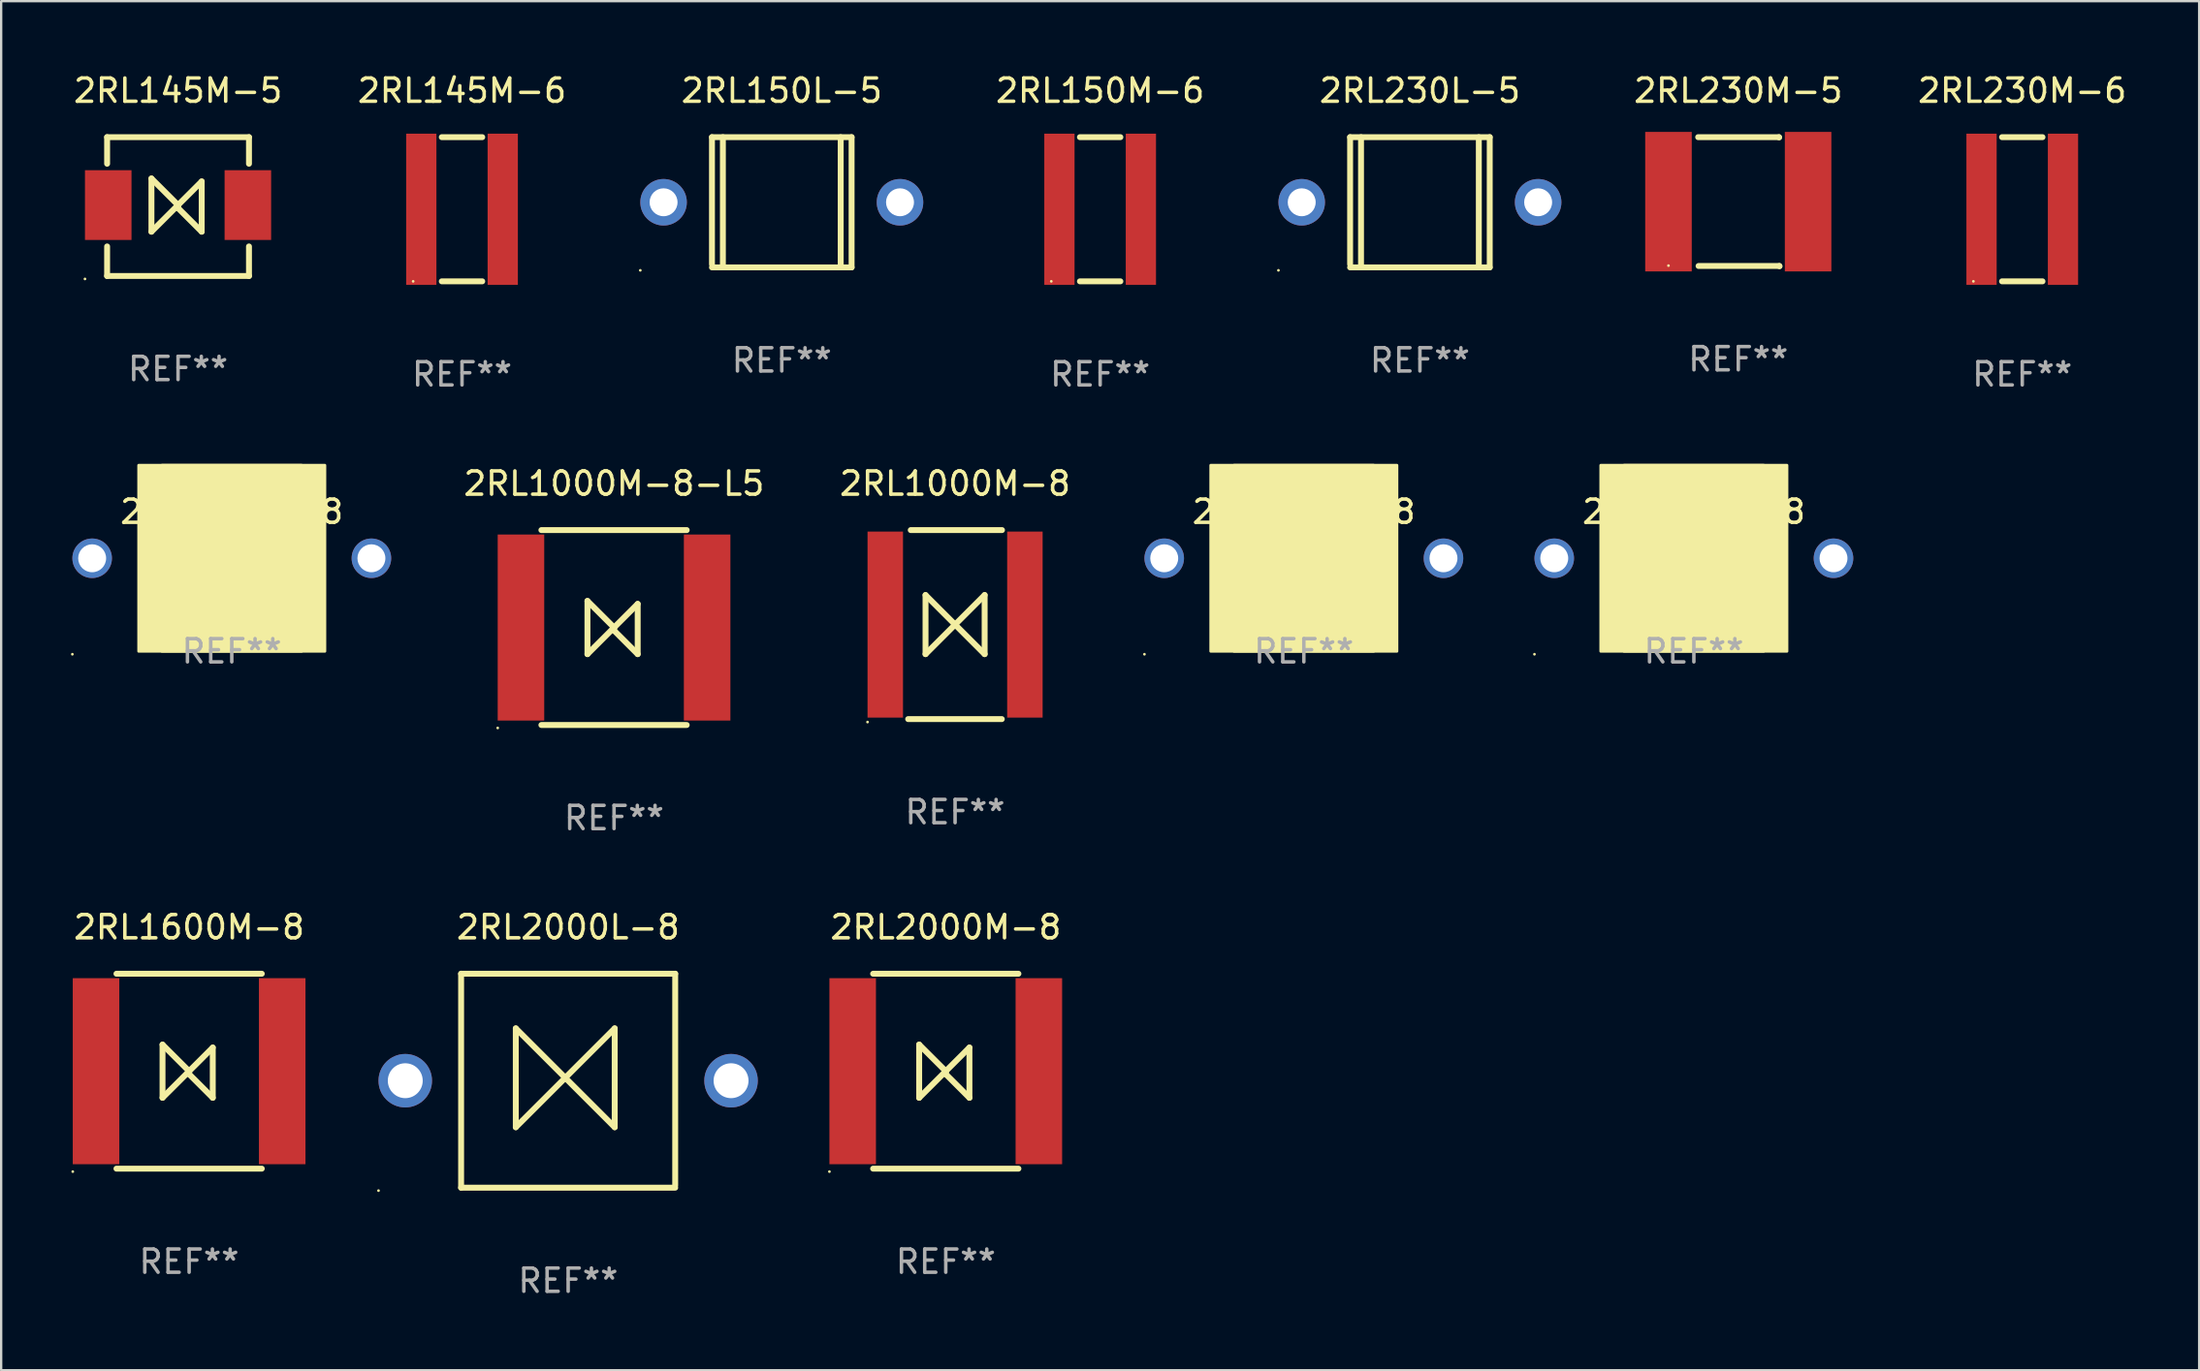
<source format=kicad_pcb>
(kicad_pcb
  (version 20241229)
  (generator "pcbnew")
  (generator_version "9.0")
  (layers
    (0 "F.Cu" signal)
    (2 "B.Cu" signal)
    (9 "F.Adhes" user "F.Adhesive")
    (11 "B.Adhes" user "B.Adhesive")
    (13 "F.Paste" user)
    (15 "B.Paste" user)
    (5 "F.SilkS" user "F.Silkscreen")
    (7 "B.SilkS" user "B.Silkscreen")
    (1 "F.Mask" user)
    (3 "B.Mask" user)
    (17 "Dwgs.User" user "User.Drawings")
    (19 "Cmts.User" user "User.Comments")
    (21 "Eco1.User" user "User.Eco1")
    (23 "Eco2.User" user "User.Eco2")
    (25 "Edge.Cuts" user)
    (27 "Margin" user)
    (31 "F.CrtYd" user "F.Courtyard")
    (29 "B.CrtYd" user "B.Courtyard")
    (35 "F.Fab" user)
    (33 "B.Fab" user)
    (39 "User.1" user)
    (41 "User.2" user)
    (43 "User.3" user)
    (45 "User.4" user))
  (footprint "2RL1600M-8"
    (layer "F.Cu")
    (at 5.077 43.014)
    (property "Reference" "2RL1600M-8" (at 0 -6.191 0) (layer "F.SilkS") (effects (font (size 1 1) (thickness 0.15))))
    (attr through_hole)
    (fp_line (start -3.122 -4.191) (end 3.122 -4.191) (stroke (width 0.254) (type solid)) (layer "F.SilkS"))
    (fp_line (start -3.122 4.191) (end 3.122 4.191) (stroke (width 0.254) (type solid)) (layer "F.SilkS"))
    (fp_line (start -1.143 1.143) (end -1.143 -1.143) (stroke (width 0.254) (type solid)) (layer "F.SilkS"))
    (fp_line (start 0 0) (end -1.143 -1.143) (stroke (width 0.254) (type solid)) (layer "F.SilkS"))
    (fp_line (start 0 0) (end -1.143 1.143) (stroke (width 0.254) (type solid)) (layer "F.SilkS"))
    (fp_line (start 0 0) (end 0 0.127) (stroke (width 0.254) (type solid)) (layer "F.SilkS"))
    (fp_line (start 0 0) (end 1.016 -1.016) (stroke (width 0.254) (type solid)) (layer "F.SilkS"))
    (fp_line (start 0 0.127) (end 1.016 1.143) (stroke (width 0.254) (type solid)) (layer "F.SilkS"))
    (fp_line (start 1.016 1.143) (end 1.016 -1.016) (stroke (width 0.254) (type solid)) (layer "F.SilkS"))
    (fp_circle (center -5 4.318) (end -4.97 4.318) (stroke (width 0.06) (type solid)) (fill no) (layer "F.SilkS"))
    (fp_text user "REF**" (at 0 8.191 0) (layer "F.Fab") (effects (font (size 1 1) (thickness 0.15))))
    (pad "1" smd rect (at -4 0) (size 2 8) (layers "F.Cu" "F.Mask" "F.Paste"))
    (pad "2" smd rect (at 4 0) (size 2 8) (layers "F.Cu" "F.Mask" "F.Paste")))
  (footprint "2RL1400L-8"
    (layer "F.Cu")
    (at 52.979 20.957)
    (property "Reference" "2RL1400L-8" (at 0 -2 0) (layer "F.SilkS") (effects (font (size 1 1) (thickness 0.15))))
    (attr through_hole)
    (fp_circle (center -6.85 4.127) (end -6.82 4.127) (stroke (width 0.06) (type solid)) (fill no) (layer "F.SilkS"))
    (fp_poly (pts (xy -4 -4) (xy 4 -4) (xy 4 4) (xy -4 4)) (stroke (width 0.12) (type solid)) (fill yes) (layer "F.SilkS"))
    (fp_poly (pts (xy -3 -4) (xy 3 -4) (xy 3 4) (xy -3 4)) (stroke (width 0.12) (type solid)) (fill yes) (layer "F.SilkS"))
    (fp_text user "REF**" (at 0 4 0) (layer "F.Fab") (effects (font (size 1 1) (thickness 0.15))))
    (pad "1" thru_hole circle (at -6 0) (size 1.7 1.7) (drill 1.2) (layers "*.Cu" "*.Mask"))
    (pad "2" thru_hole circle (at 6 0) (size 1.7 1.7) (drill 1.2) (layers "*.Cu" "*.Mask")))
  (footprint "2RL2000L-8"
    (layer "F.Cu")
    (at 21.365 43.423)
    (property "Reference" "2RL2000L-8" (at 0 -6.6 0) (layer "F.SilkS") (effects (font (size 1 1) (thickness 0.15))))
    (attr through_hole)
    (fp_line (start -4.6 -4.6) (end -4.6 4.6) (stroke (width 0.254) (type solid)) (layer "F.SilkS"))
    (fp_line (start -4.6 -4.6) (end 4.6 -4.6) (stroke (width 0.254) (type solid)) (layer "F.SilkS"))
    (fp_line (start -4.6 4.6) (end 4.6 4.6) (stroke (width 0.254) (type solid)) (layer "F.SilkS"))
    (fp_line (start -2.25 -2.25) (end -2.25 2) (stroke (width 0.254) (type solid)) (layer "F.SilkS"))
    (fp_line (start -2.25 2) (end 2 -2.25) (stroke (width 0.254) (type solid)) (layer "F.SilkS"))
    (fp_line (start 2 -2.25) (end 2 2) (stroke (width 0.254) (type solid)) (layer "F.SilkS"))
    (fp_line (start 2 2) (end -2.25 -2.25) (stroke (width 0.254) (type solid)) (layer "F.SilkS"))
    (fp_line (start 4.6 -4.6) (end 4.6 4.5) (stroke (width 0.254) (type solid)) (layer "F.SilkS"))
    (fp_circle (center -8.15 4.727) (end -8.12 4.727) (stroke (width 0.06) (type solid)) (fill no) (layer "F.SilkS"))
    (fp_text user "REF**" (at 0 8.6 0) (layer "F.Fab") (effects (font (size 1 1) (thickness 0.15))))
    (pad "1" thru_hole circle (at -7 0) (size 2.3 2.3) (drill 1.5) (layers "*.Cu" "*.Mask"))
    (pad "2" thru_hole circle (at 7 0) (size 2.3 2.3) (drill 1.5) (layers "*.Cu" "*.Mask")))
  (footprint "2RL1000L-8"
    (layer "F.Cu")
    (at 6.91 20.957)
    (property "Reference" "2RL1000L-8" (at 0 -2 0) (layer "F.SilkS") (effects (font (size 1 1) (thickness 0.15))))
    (attr through_hole)
    (fp_circle (center -6.85 4.127) (end -6.82 4.127) (stroke (width 0.06) (type solid)) (fill no) (layer "F.SilkS"))
    (fp_poly (pts (xy -4 -4) (xy 4 -4) (xy 4 4) (xy -4 4)) (stroke (width 0.12) (type solid)) (fill yes) (layer "F.SilkS"))
    (fp_poly (pts (xy -3 -4) (xy 3 -4) (xy 3 4) (xy -3 4)) (stroke (width 0.12) (type solid)) (fill yes) (layer "F.SilkS"))
    (fp_text user "REF**" (at 0 4 0) (layer "F.Fab") (effects (font (size 1 1) (thickness 0.15))))
    (pad "1" thru_hole circle (at -6 0) (size 1.7 1.7) (drill 1.2) (layers "*.Cu" "*.Mask"))
    (pad "2" thru_hole circle (at 6 0) (size 1.7 1.7) (drill 1.2) (layers "*.Cu" "*.Mask")))
  (footprint "2RL145M-6"
    (layer "F.Cu")
    (at 16.804 5.948)
    (property "Reference" "2RL145M-6" (at 0 -5.1 0) (layer "F.SilkS") (effects (font (size 1 1) (thickness 0.15))))
    (attr through_hole)
    (fp_line (start -0.869 -3.1) (end 0.869 -3.1) (stroke (width 0.254) (type solid)) (layer "F.SilkS"))
    (fp_line (start -0.869 3.1) (end 0.869 3.1) (stroke (width 0.254) (type solid)) (layer "F.SilkS"))
    (fp_circle (center -2.1 3.1) (end -2.07 3.1) (stroke (width 0.06) (type solid)) (fill no) (layer "F.SilkS"))
    (fp_text user "REF**" (at 0 7.1 0) (layer "F.Fab") (effects (font (size 1 1) (thickness 0.15))))
    (pad "1" smd rect (at -1.75 -0.000013) (size 1.3 6.5) (layers "F.Cu" "F.Mask" "F.Paste"))
    (pad "2" smd rect (at 1.75 -0.000013) (size 1.3 6.5) (layers "F.Cu" "F.Mask" "F.Paste")))
  (footprint "2RL1600L-8"
    (layer "F.Cu")
    (at 69.739 20.957)
    (property "Reference" "2RL1600L-8" (at 0 -2 0) (layer "F.SilkS") (effects (font (size 1 1) (thickness 0.15))))
    (attr through_hole)
    (fp_circle (center -6.85 4.127) (end -6.82 4.127) (stroke (width 0.06) (type solid)) (fill no) (layer "F.SilkS"))
    (fp_poly (pts (xy -4 -4) (xy 4 -4) (xy 4 4) (xy -4 4)) (stroke (width 0.12) (type solid)) (fill yes) (layer "F.SilkS"))
    (fp_poly (pts (xy -3 -4) (xy 3 -4) (xy 3 4) (xy -3 4)) (stroke (width 0.12) (type solid)) (fill yes) (layer "F.SilkS"))
    (fp_text user "REF**" (at 0 4 0) (layer "F.Fab") (effects (font (size 1 1) (thickness 0.15))))
    (pad "1" thru_hole circle (at -6 0) (size 1.7 1.7) (drill 1.2) (layers "*.Cu" "*.Mask"))
    (pad "2" thru_hole circle (at 6 0) (size 1.7 1.7) (drill 1.2) (layers "*.Cu" "*.Mask")))
  (footprint "2RL150L-5"
    (layer "F.Cu")
    (at 30.545 5.648)
    (property "Reference" "2RL150L-5" (at 0 -4.8 0) (layer "F.SilkS") (effects (font (size 1 1) (thickness 0.15))))
    (attr through_hole)
    (fp_line (start -3 -2.8) (end -3 2.667) (stroke (width 0.254) (type solid)) (layer "F.SilkS"))
    (fp_line (start -3 -2.8) (end 3 -2.8) (stroke (width 0.254) (type solid)) (layer "F.SilkS"))
    (fp_line (start -3 2.8) (end 3 2.8) (stroke (width 0.254) (type solid)) (layer "F.SilkS"))
    (fp_line (start -2.531 -2.8) (end -2.531 2.8) (stroke (width 0.254) (type solid)) (layer "F.SilkS"))
    (fp_line (start 2.531 -2.8) (end 2.531 2.8) (stroke (width 0.254) (type solid)) (layer "F.SilkS"))
    (fp_line (start 3 -2.8) (end 3 2.8) (stroke (width 0.254) (type solid)) (layer "F.SilkS"))
    (fp_circle (center -6.08 2.927) (end -6.05 2.927) (stroke (width 0.06) (type solid)) (fill no) (layer "F.SilkS"))
    (fp_text user "REF**" (at 0 6.8 0) (layer "F.Fab") (effects (font (size 1 1) (thickness 0.15))))
    (pad "1" thru_hole circle (at -5.08 0) (size 2 2) (drill 1.2) (layers "*.Cu" "*.Mask"))
    (pad "2" thru_hole circle (at 5.08 0) (size 2 2) (drill 1.2) (layers "*.Cu" "*.Mask")))
  (footprint "2RL230L-5"
    (layer "F.Cu")
    (at 57.967 5.648)
    (property "Reference" "2RL230L-5" (at 0 -4.8 0) (layer "F.SilkS") (effects (font (size 1 1) (thickness 0.15))))
    (attr through_hole)
    (fp_line (start -3 -2.8) (end -3 2.667) (stroke (width 0.254) (type solid)) (layer "F.SilkS"))
    (fp_line (start -3 -2.8) (end 3 -2.8) (stroke (width 0.254) (type solid)) (layer "F.SilkS"))
    (fp_line (start -3 2.8) (end 3 2.8) (stroke (width 0.254) (type solid)) (layer "F.SilkS"))
    (fp_line (start -2.531 -2.8) (end -2.531 2.8) (stroke (width 0.254) (type solid)) (layer "F.SilkS"))
    (fp_line (start 2.531 -2.8) (end 2.531 2.8) (stroke (width 0.254) (type solid)) (layer "F.SilkS"))
    (fp_line (start 3 -2.8) (end 3 2.8) (stroke (width 0.254) (type solid)) (layer "F.SilkS"))
    (fp_circle (center -6.08 2.927) (end -6.05 2.927) (stroke (width 0.06) (type solid)) (fill no) (layer "F.SilkS"))
    (fp_text user "REF**" (at 0 6.8 0) (layer "F.Fab") (effects (font (size 1 1) (thickness 0.15))))
    (pad "1" thru_hole circle (at -5.08 0) (size 2 2) (drill 1.2) (layers "*.Cu" "*.Mask"))
    (pad "2" thru_hole circle (at 5.08 0) (size 2 2) (drill 1.2) (layers "*.Cu" "*.Mask")))
  (footprint "2RL1000M-8-L5"
    (layer "F.Cu")
    (at 23.337 23.936)
    (property "Reference" "2RL1000M-8-L5" (at 0 -6.191 0) (layer "F.SilkS") (effects (font (size 1 1) (thickness 0.15))))
    (attr through_hole)
    (fp_line (start -3.122 -4.191) (end 3.122 -4.191) (stroke (width 0.254) (type solid)) (layer "F.SilkS"))
    (fp_line (start -3.122 4.191) (end 3.122 4.191) (stroke (width 0.254) (type solid)) (layer "F.SilkS"))
    (fp_line (start -1.143 1.143) (end -1.143 -1.143) (stroke (width 0.254) (type solid)) (layer "F.SilkS"))
    (fp_line (start 0 0) (end -1.143 -1.143) (stroke (width 0.254) (type solid)) (layer "F.SilkS"))
    (fp_line (start 0 0) (end -1.143 1.143) (stroke (width 0.254) (type solid)) (layer "F.SilkS"))
    (fp_line (start 0 0) (end 0 0.127) (stroke (width 0.254) (type solid)) (layer "F.SilkS"))
    (fp_line (start 0 0) (end 1.016 -1.016) (stroke (width 0.254) (type solid)) (layer "F.SilkS"))
    (fp_line (start 0 0.127) (end 1.016 1.143) (stroke (width 0.254) (type solid)) (layer "F.SilkS"))
    (fp_line (start 1.016 1.143) (end 1.016 -1.016) (stroke (width 0.254) (type solid)) (layer "F.SilkS"))
    (fp_circle (center -5 4.318) (end -4.97 4.318) (stroke (width 0.06) (type solid)) (fill no) (layer "F.SilkS"))
    (fp_text user "REF**" (at 0 8.191 0) (layer "F.Fab") (effects (font (size 1 1) (thickness 0.15))))
    (pad "1" smd rect (at -4 0) (size 2 8) (layers "F.Cu" "F.Mask" "F.Paste"))
    (pad "2" smd rect (at 4 0) (size 2 8) (layers "F.Cu" "F.Mask" "F.Paste")))
  (footprint "2RL2000M-8"
    (layer "F.Cu")
    (at 37.592 43.014)
    (property "Reference" "2RL2000M-8" (at 0 -6.191 0) (layer "F.SilkS") (effects (font (size 1 1) (thickness 0.15))))
    (attr through_hole)
    (fp_line (start -3.122 -4.191) (end 3.122 -4.191) (stroke (width 0.254) (type solid)) (layer "F.SilkS"))
    (fp_line (start -3.122 4.191) (end 3.122 4.191) (stroke (width 0.254) (type solid)) (layer "F.SilkS"))
    (fp_line (start -1.143 1.143) (end -1.143 -1.143) (stroke (width 0.254) (type solid)) (layer "F.SilkS"))
    (fp_line (start 0 0) (end -1.143 -1.143) (stroke (width 0.254) (type solid)) (layer "F.SilkS"))
    (fp_line (start 0 0) (end -1.143 1.143) (stroke (width 0.254) (type solid)) (layer "F.SilkS"))
    (fp_line (start 0 0) (end 0 0.127) (stroke (width 0.254) (type solid)) (layer "F.SilkS"))
    (fp_line (start 0 0) (end 1.016 -1.016) (stroke (width 0.254) (type solid)) (layer "F.SilkS"))
    (fp_line (start 0 0.127) (end 1.016 1.143) (stroke (width 0.254) (type solid)) (layer "F.SilkS"))
    (fp_line (start 1.016 1.143) (end 1.016 -1.016) (stroke (width 0.254) (type solid)) (layer "F.SilkS"))
    (fp_circle (center -5 4.318) (end -4.97 4.318) (stroke (width 0.06) (type solid)) (fill no) (layer "F.SilkS"))
    (fp_text user "REF**" (at 0 8.191 0) (layer "F.Fab") (effects (font (size 1 1) (thickness 0.15))))
    (pad "1" smd rect (at -4 0) (size 2 8) (layers "F.Cu" "F.Mask" "F.Paste"))
    (pad "2" smd rect (at 4 0) (size 2 8) (layers "F.Cu" "F.Mask" "F.Paste")))
  (footprint "2RL1000M-8"
    (layer "F.Cu")
    (at 37.992 23.809)
    (property "Reference" "2RL1000M-8" (at 0 -6.064 0) (layer "F.SilkS") (effects (font (size 1 1) (thickness 0.15))))
    (attr through_hole)
    (fp_line (start -2.016 4.064) (end 2.007 4.064) (stroke (width 0.254) (type solid)) (layer "F.SilkS"))
    (fp_line (start -1.905 -4.064) (end 2.016 -4.064) (stroke (width 0.254) (type solid)) (layer "F.SilkS"))
    (fp_line (start -1.27 -1.27) (end -1.27 1.27) (stroke (width 0.254) (type solid)) (layer "F.SilkS"))
    (fp_line (start -1.27 -1.27) (end 1.27 1.27) (stroke (width 0.254) (type solid)) (layer "F.SilkS"))
    (fp_line (start -1.27 1.27) (end 1.27 -1.27) (stroke (width 0.254) (type solid)) (layer "F.SilkS"))
    (fp_line (start 1.27 1.27) (end 1.27 -1.27) (stroke (width 0.254) (type solid)) (layer "F.SilkS"))
    (fp_circle (center -3.762 4.191) (end -3.732 4.191) (stroke (width 0.06) (type solid)) (fill no) (layer "F.SilkS"))
    (fp_text user "REF**" (at 0 8.064 0) (layer "F.Fab") (effects (font (size 1 1) (thickness 0.15))))
    (pad "1" smd rect (at -3 0) (size 1.524 8) (layers "F.Cu" "F.Mask" "F.Paste"))
    (pad "2" smd rect (at 3 0) (size 1.524 8) (layers "F.Cu" "F.Mask" "F.Paste")))
  (footprint "2RL230M-5"
    (layer "F.Cu")
    (at 71.648 5.623)
    (property "Reference" "2RL230M-5" (at 0 -4.775 0) (layer "F.SilkS") (effects (font (size 1 1) (thickness 0.15))))
    (attr through_hole)
    (fp_line (start -1.724 -2.775) (end 1.747 -2.775) (stroke (width 0.254) (type solid)) (layer "F.SilkS"))
    (fp_line (start -1.707 2.765) (end 1.764 2.765) (stroke (width 0.254) (type solid)) (layer "F.SilkS"))
    (fp_line (start 1.747 -2.775) (end 1.757 -2.765) (stroke (width 0.254) (type solid)) (layer "F.SilkS"))
    (fp_line (start 1.764 2.765) (end 1.773 2.775) (stroke (width 0.254) (type solid)) (layer "F.SilkS"))
    (fp_circle (center -3 2.749) (end -2.97 2.749) (stroke (width 0.06) (type solid)) (fill no) (layer "F.SilkS"))
    (fp_text user "REF**" (at 0 6.775 0) (layer "F.Fab") (effects (font (size 1 1) (thickness 0.15))))
    (pad "1" smd rect (at -3 -0.001) (size 2 6) (layers "F.Cu" "F.Mask" "F.Paste"))
    (pad "2" smd rect (at 3 -0.001) (size 2 6) (layers "F.Cu" "F.Mask" "F.Paste")))
  (footprint "2RL150M-6"
    (layer "F.Cu")
    (at 44.226 5.948)
    (property "Reference" "2RL150M-6" (at 0 -5.1 0) (layer "F.SilkS") (effects (font (size 1 1) (thickness 0.15))))
    (attr through_hole)
    (fp_line (start -0.869 -3.1) (end 0.869 -3.1) (stroke (width 0.254) (type solid)) (layer "F.SilkS"))
    (fp_line (start -0.869 3.1) (end 0.869 3.1) (stroke (width 0.254) (type solid)) (layer "F.SilkS"))
    (fp_circle (center -2.1 3.1) (end -2.07 3.1) (stroke (width 0.06) (type solid)) (fill no) (layer "F.SilkS"))
    (fp_text user "REF**" (at 0 7.1 0) (layer "F.Fab") (effects (font (size 1 1) (thickness 0.15))))
    (pad "1" smd rect (at -1.75 -0.000013) (size 1.3 6.5) (layers "F.Cu" "F.Mask" "F.Paste"))
    (pad "2" smd rect (at 1.75 -0.000013) (size 1.3 6.5) (layers "F.Cu" "F.Mask" "F.Paste")))
  (footprint "2RL145M-5"
    (layer "F.Cu")
    (at 4.601 5.833)
    (property "Reference" "2RL145M-5" (at 0 -4.985 0) (layer "F.SilkS") (effects (font (size 1 1) (thickness 0.15))))
    (attr through_hole)
    (fp_line (start -3.048 -2.985) (end 3.048 -2.985) (stroke (width 0.254) (type solid)) (layer "F.SilkS"))
    (fp_line (start -3.048 -1.842) (end -3.048 -2.985) (stroke (width 0.254) (type solid)) (layer "F.SilkS"))
    (fp_line (start -3.048 1.715) (end -3.048 2.985) (stroke (width 0.254) (type solid)) (layer "F.SilkS"))
    (fp_line (start -3.048 2.985) (end 3.048 2.985) (stroke (width 0.254) (type solid)) (layer "F.SilkS"))
    (fp_line (start -1.143 1.08) (end -1.143 -1.207) (stroke (width 0.254) (type solid)) (layer "F.SilkS"))
    (fp_line (start 0 -0.064) (end -1.143 -1.207) (stroke (width 0.254) (type solid)) (layer "F.SilkS"))
    (fp_line (start 0 -0.064) (end -1.143 1.08) (stroke (width 0.254) (type solid)) (layer "F.SilkS"))
    (fp_line (start 0 -0.064) (end 0 0.064) (stroke (width 0.254) (type solid)) (layer "F.SilkS"))
    (fp_line (start 0 -0.064) (end 1.016 -1.08) (stroke (width 0.254) (type solid)) (layer "F.SilkS"))
    (fp_line (start 0 0.064) (end 1.016 1.08) (stroke (width 0.254) (type solid)) (layer "F.SilkS"))
    (fp_line (start 1.016 1.08) (end 1.016 -1.08) (stroke (width 0.254) (type solid)) (layer "F.SilkS"))
    (fp_line (start 3.048 -2.985) (end 3.048 -1.842) (stroke (width 0.254) (type solid)) (layer "F.SilkS"))
    (fp_line (start 3.048 2.985) (end 3.048 1.715) (stroke (width 0.254) (type solid)) (layer "F.SilkS"))
    (fp_circle (center -4 3.112) (end -3.97 3.112) (stroke (width 0.06) (type solid)) (fill no) (layer "F.SilkS"))
    (fp_text user "REF**" (at 0 6.985 0) (layer "F.Fab") (effects (font (size 1 1) (thickness 0.15))))
    (pad "1" smd rect (at -3 -0.064) (size 2 3) (layers "F.Cu" "F.Mask" "F.Paste"))
    (pad "2" smd rect (at 3 -0.064) (size 2 3) (layers "F.Cu" "F.Mask" "F.Paste")))
  (footprint "2RL230M-6"
    (layer "F.Cu")
    (at 83.851 5.948)
    (property "Reference" "2RL230M-6" (at 0 -5.1 0) (layer "F.SilkS") (effects (font (size 1 1) (thickness 0.15))))
    (attr through_hole)
    (fp_line (start -0.869 -3.1) (end 0.869 -3.1) (stroke (width 0.254) (type solid)) (layer "F.SilkS"))
    (fp_line (start -0.869 3.1) (end 0.869 3.1) (stroke (width 0.254) (type solid)) (layer "F.SilkS"))
    (fp_circle (center -2.1 3.1) (end -2.07 3.1) (stroke (width 0.06) (type solid)) (fill no) (layer "F.SilkS"))
    (fp_text user "REF**" (at 0 7.1 0) (layer "F.Fab") (effects (font (size 1 1) (thickness 0.15))))
    (pad "1" smd rect (at -1.75 -0.000013) (size 1.3 6.5) (layers "F.Cu" "F.Mask" "F.Paste"))
    (pad "2" smd rect (at 1.75 -0.000013) (size 1.3 6.5) (layers "F.Cu" "F.Mask" "F.Paste")))
  (gr_rect
    (start -3 -3)
    (end 91.452 55.872)
    (stroke (width 0.1) (type default))
    (fill no)
    (layer "Edge.Cuts")))
</source>
